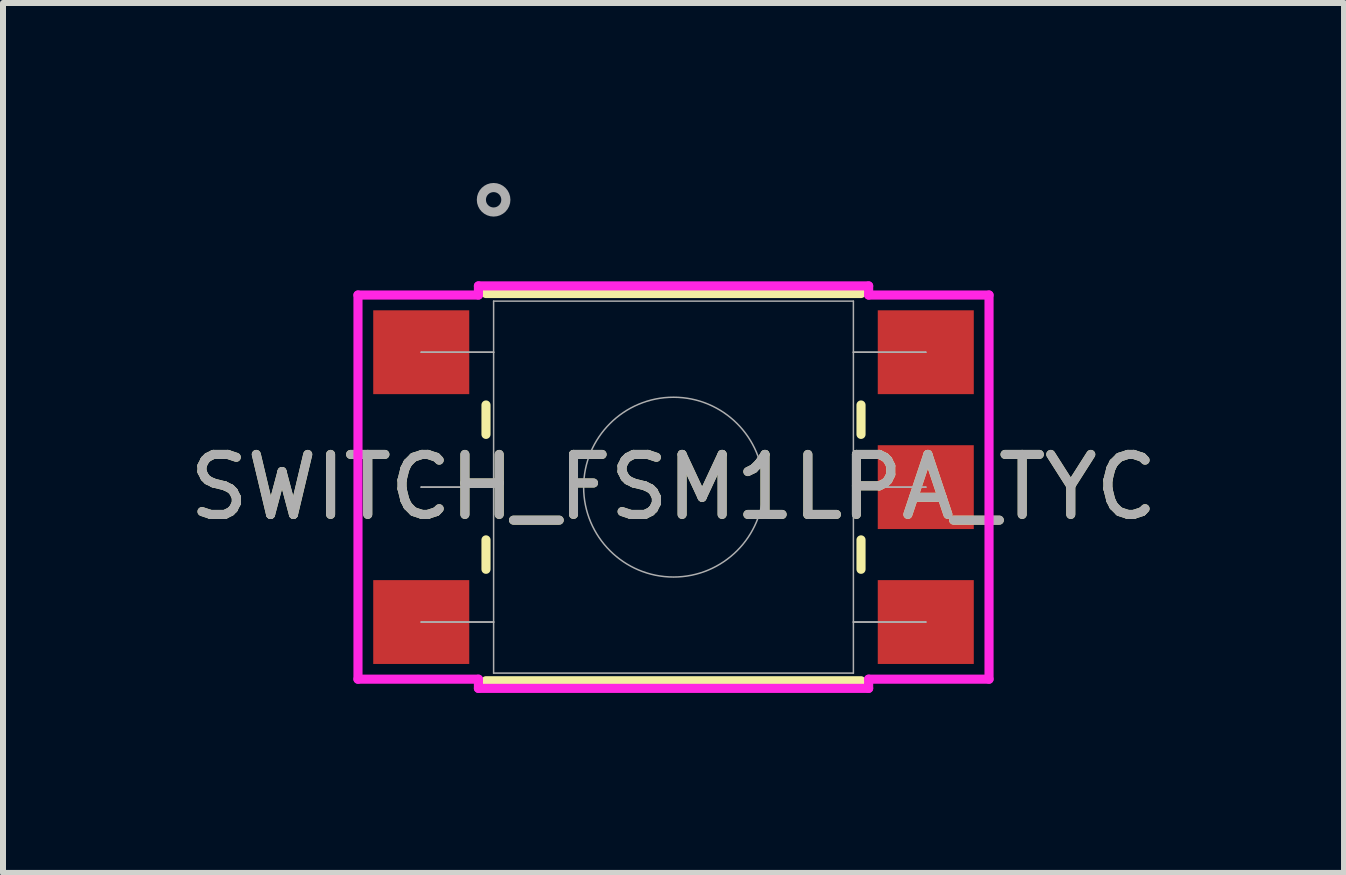
<source format=kicad_pcb>
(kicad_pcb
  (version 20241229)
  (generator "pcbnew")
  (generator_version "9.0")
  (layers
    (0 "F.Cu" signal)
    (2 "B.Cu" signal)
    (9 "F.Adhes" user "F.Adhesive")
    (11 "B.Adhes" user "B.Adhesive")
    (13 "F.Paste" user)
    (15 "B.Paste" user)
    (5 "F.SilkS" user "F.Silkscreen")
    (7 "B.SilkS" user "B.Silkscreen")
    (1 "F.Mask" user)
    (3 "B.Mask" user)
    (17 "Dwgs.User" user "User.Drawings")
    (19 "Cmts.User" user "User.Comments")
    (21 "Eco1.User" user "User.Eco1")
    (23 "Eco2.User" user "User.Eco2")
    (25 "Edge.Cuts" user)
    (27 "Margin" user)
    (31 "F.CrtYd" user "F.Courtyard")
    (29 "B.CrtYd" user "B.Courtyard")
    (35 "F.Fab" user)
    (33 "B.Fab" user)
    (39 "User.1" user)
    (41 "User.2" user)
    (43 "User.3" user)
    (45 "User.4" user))
  (footprint "SWITCH_FSM1LPA_TYC"
    (layer "F.Cu")
    (at 3.969 2.819)
    (property "Reference" "SWITCH_FSM1LPA_TYC" (at 4.204 2.248 0) (unlocked yes) (layer "F.SilkS") (effects (font (size 1 1) (thickness 0.15))))
    (attr smd)
    (fp_line (start 1.079 0.879) (end 1.079 1.369) (stroke (width 0.152) (type solid)) (layer "F.SilkS"))
    (fp_line (start 1.079 3.127) (end 1.079 3.617) (stroke (width 0.152) (type solid)) (layer "F.SilkS"))
    (fp_line (start 1.079 5.474) (end 7.328 5.474) (stroke (width 0.152) (type solid)) (layer "F.SilkS"))
    (fp_line (start 7.328 -0.978) (end 1.079 -0.978) (stroke (width 0.152) (type solid)) (layer "F.SilkS"))
    (fp_line (start 7.328 1.369) (end 7.328 0.879) (stroke (width 0.152) (type solid)) (layer "F.SilkS"))
    (fp_line (start 7.328 3.617) (end 7.328 3.127) (stroke (width 0.152) (type solid)) (layer "F.SilkS"))
    (fp_line (start -1.054 -0.953) (end 0.953 -0.953) (stroke (width 0.152) (type solid)) (layer "F.CrtYd"))
    (fp_line (start -1.054 5.448) (end -1.054 -0.953) (stroke (width 0.152) (type solid)) (layer "F.CrtYd"))
    (fp_line (start -1.054 5.448) (end 0.953 5.448) (stroke (width 0.152) (type solid)) (layer "F.CrtYd"))
    (fp_line (start 0.953 -1.105) (end 7.455 -1.105) (stroke (width 0.152) (type solid)) (layer "F.CrtYd"))
    (fp_line (start 0.953 -0.953) (end 0.953 -1.105) (stroke (width 0.152) (type solid)) (layer "F.CrtYd"))
    (fp_line (start 0.953 5.601) (end 0.953 5.448) (stroke (width 0.152) (type solid)) (layer "F.CrtYd"))
    (fp_line (start 7.455 -1.105) (end 7.455 -0.953) (stroke (width 0.152) (type solid)) (layer "F.CrtYd"))
    (fp_line (start 7.455 5.448) (end 7.455 5.601) (stroke (width 0.152) (type solid)) (layer "F.CrtYd"))
    (fp_line (start 7.455 5.601) (end 0.953 5.601) (stroke (width 0.152) (type solid)) (layer "F.CrtYd"))
    (fp_line (start 9.461 -0.953) (end 7.455 -0.953) (stroke (width 0.152) (type solid)) (layer "F.CrtYd"))
    (fp_line (start 9.461 -0.953) (end 9.461 5.448) (stroke (width 0.152) (type solid)) (layer "F.CrtYd"))
    (fp_line (start 9.461 5.448) (end 7.455 5.448) (stroke (width 0.152) (type solid)) (layer "F.CrtYd"))
    (fp_line (start 0 0) (end 0 0) (stroke (width 0.025) (type solid)) (layer "F.Fab"))
    (fp_line (start 0 0) (end 1.206 0) (stroke (width 0.025) (type solid)) (layer "F.Fab"))
    (fp_line (start 0 2.248) (end 0 2.248) (stroke (width 0.025) (type solid)) (layer "F.Fab"))
    (fp_line (start 0 2.248) (end 1.206 2.248) (stroke (width 0.025) (type solid)) (layer "F.Fab"))
    (fp_line (start 0 4.496) (end 0 4.496) (stroke (width 0.025) (type solid)) (layer "F.Fab"))
    (fp_line (start 0 4.496) (end 1.206 4.496) (stroke (width 0.025) (type solid)) (layer "F.Fab"))
    (fp_line (start 1.206 -0.851) (end 1.206 5.347) (stroke (width 0.025) (type solid)) (layer "F.Fab"))
    (fp_line (start 1.206 0) (end 0 0) (stroke (width 0.025) (type solid)) (layer "F.Fab"))
    (fp_line (start 1.206 0) (end 1.206 0) (stroke (width 0.025) (type solid)) (layer "F.Fab"))
    (fp_line (start 1.206 2.248) (end 0 2.248) (stroke (width 0.025) (type solid)) (layer "F.Fab"))
    (fp_line (start 1.206 2.248) (end 1.206 2.248) (stroke (width 0.025) (type solid)) (layer "F.Fab"))
    (fp_line (start 1.206 4.496) (end 0 4.496) (stroke (width 0.025) (type solid)) (layer "F.Fab"))
    (fp_line (start 1.206 4.496) (end 1.206 4.496) (stroke (width 0.025) (type solid)) (layer "F.Fab"))
    (fp_line (start 1.206 5.347) (end 7.201 5.347) (stroke (width 0.025) (type solid)) (layer "F.Fab"))
    (fp_line (start 7.201 -0.851) (end 1.206 -0.851) (stroke (width 0.025) (type solid)) (layer "F.Fab"))
    (fp_line (start 7.201 0) (end 7.201 0) (stroke (width 0.025) (type solid)) (layer "F.Fab"))
    (fp_line (start 7.201 0) (end 8.407 0) (stroke (width 0.025) (type solid)) (layer "F.Fab"))
    (fp_line (start 7.201 2.248) (end 7.201 2.248) (stroke (width 0.025) (type solid)) (layer "F.Fab"))
    (fp_line (start 7.201 2.248) (end 8.407 2.248) (stroke (width 0.025) (type solid)) (layer "F.Fab"))
    (fp_line (start 7.201 4.496) (end 7.201 4.496) (stroke (width 0.025) (type solid)) (layer "F.Fab"))
    (fp_line (start 7.201 4.496) (end 8.407 4.496) (stroke (width 0.025) (type solid)) (layer "F.Fab"))
    (fp_line (start 7.201 5.347) (end 7.201 -0.851) (stroke (width 0.025) (type solid)) (layer "F.Fab"))
    (fp_line (start 8.407 0) (end 7.201 0) (stroke (width 0.025) (type solid)) (layer "F.Fab"))
    (fp_line (start 8.407 0) (end 8.407 0) (stroke (width 0.025) (type solid)) (layer "F.Fab"))
    (fp_line (start 8.407 2.248) (end 7.201 2.248) (stroke (width 0.025) (type solid)) (layer "F.Fab"))
    (fp_line (start 8.407 2.248) (end 8.407 2.248) (stroke (width 0.025) (type solid)) (layer "F.Fab"))
    (fp_line (start 8.407 4.496) (end 7.201 4.496) (stroke (width 0.025) (type solid)) (layer "F.Fab"))
    (fp_line (start 8.407 4.496) (end 8.407 4.496) (stroke (width 0.025) (type solid)) (layer "F.Fab"))
    (fp_circle (center 1.206 -2.54) (end 1.41 -2.54) (stroke (width 0.152) (type solid)) (fill no) (layer "F.Fab"))
    (fp_circle (center 4.204 2.248) (end 5.702 2.248) (stroke (width 0.025) (type solid)) (fill no) (layer "F.Fab"))
    (fp_text user "${REFERENCE}" (at 4.204 2.248 0) (unlocked yes) (layer "F.Fab") (effects (font (size 1 1) (thickness 0.15))))
    (pad "1" smd rect (at 0 0) (size 1.6 1.397) (layers "F.Cu" "F.Mask" "F.Paste"))
    (pad "2" smd rect (at 0 4.496) (size 1.6 1.397) (layers "F.Cu" "F.Mask" "F.Paste"))
    (pad "3" smd rect (at 8.407 4.496) (size 1.6 1.397) (layers "F.Cu" "F.Mask" "F.Paste"))
    (pad "4" smd rect (at 8.407 2.248) (size 1.6 1.397) (layers "F.Cu" "F.Mask" "F.Paste"))
    (pad "5" smd rect (at 8.407 0) (size 1.6 1.397) (layers "F.Cu" "F.Mask" "F.Paste")))
  (gr_rect
    (start -3 -3)
    (end 19.345 11.496)
    (stroke (width 0.1) (type default))
    (fill no)
    (layer "Edge.Cuts")))
</source>
